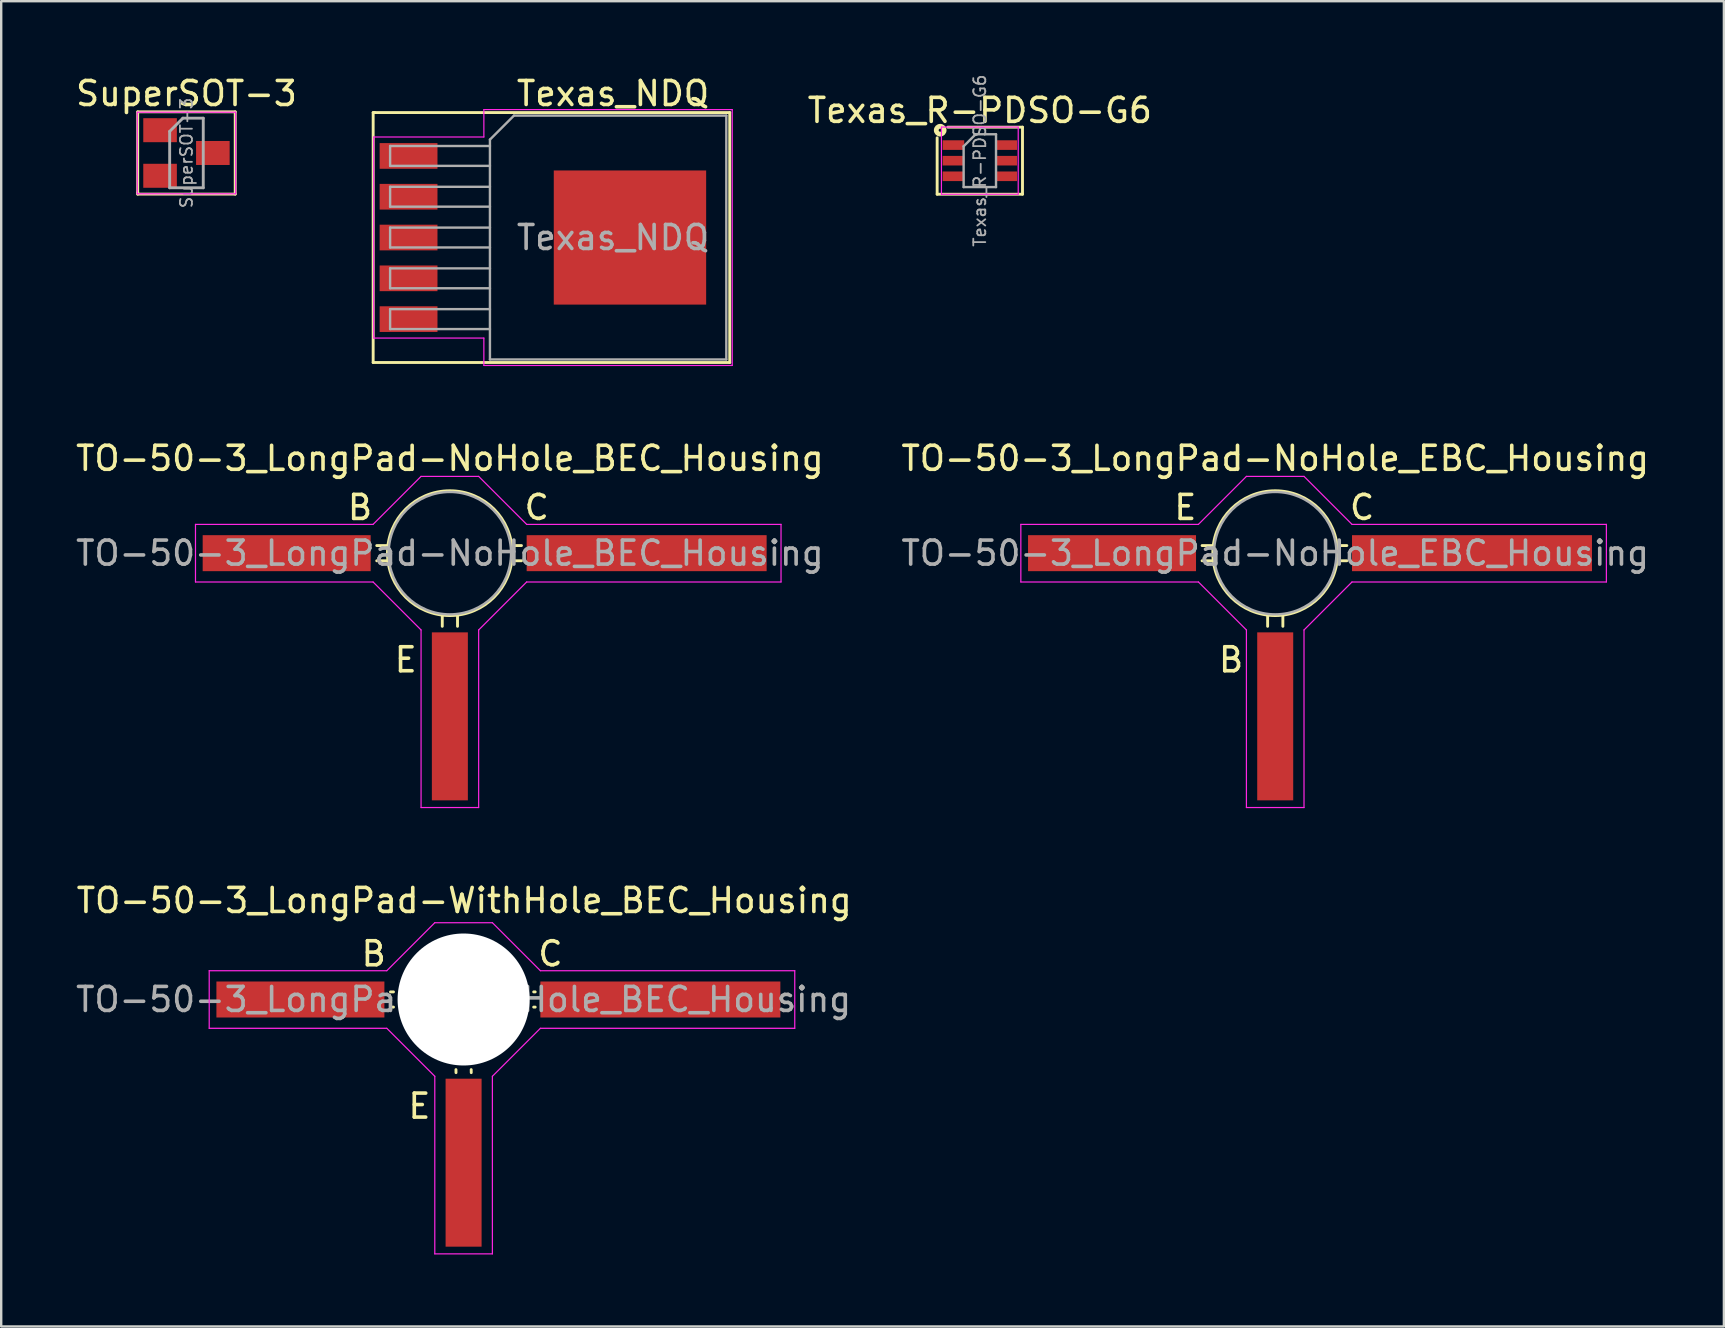
<source format=kicad_pcb>
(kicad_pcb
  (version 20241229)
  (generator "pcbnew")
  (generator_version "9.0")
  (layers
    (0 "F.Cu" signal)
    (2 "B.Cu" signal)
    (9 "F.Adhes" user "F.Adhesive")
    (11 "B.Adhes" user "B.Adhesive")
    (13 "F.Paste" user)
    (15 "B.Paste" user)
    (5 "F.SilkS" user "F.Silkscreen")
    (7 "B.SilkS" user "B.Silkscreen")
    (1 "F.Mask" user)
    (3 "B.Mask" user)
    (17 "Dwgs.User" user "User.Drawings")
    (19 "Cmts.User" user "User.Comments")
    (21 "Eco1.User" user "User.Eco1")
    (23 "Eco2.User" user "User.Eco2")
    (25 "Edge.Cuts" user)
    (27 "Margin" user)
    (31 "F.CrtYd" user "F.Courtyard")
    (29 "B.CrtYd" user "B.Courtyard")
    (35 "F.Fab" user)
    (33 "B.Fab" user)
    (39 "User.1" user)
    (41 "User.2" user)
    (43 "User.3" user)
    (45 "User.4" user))
  (footprint "TO-50-3_LongPad-NoHole_EBC_Housing"
    (layer "F.Cu")
    (at 50.789 23.401)
    (property "Reference" "TO-50-3_LongPad-NoHole_EBC_Housing" (at -0.7 -7.35 180) (layer "F.SilkS") (effects (font (size 1 1) (thickness 0.15))))
    (attr smd)
    (fp_line (start -3.302 -3.717) (end -3.747 -3.717) (stroke (width 0.12) (type solid)) (layer "F.SilkS"))
    (fp_line (start -3.302 -3.083) (end -3.747 -3.083) (stroke (width 0.12) (type solid)) (layer "F.SilkS"))
    (fp_line (start -1.016 -0.796) (end -1.016 -0.352) (stroke (width 0.12) (type solid)) (layer "F.SilkS"))
    (fp_line (start -0.381 -0.796) (end -0.381 -0.352) (stroke (width 0.12) (type solid)) (layer "F.SilkS"))
    (fp_line (start 1.903 -3.717) (end 2.284 -3.717) (stroke (width 0.12) (type solid)) (layer "F.SilkS"))
    (fp_line (start 1.903 -3.083) (end 2.284 -3.083) (stroke (width 0.12) (type solid)) (layer "F.SilkS"))
    (fp_circle (center -0.7 -3.4) (end -0.7 -6) (stroke (width 0.12) (type solid)) (fill no) (layer "F.SilkS"))
    (fp_line (start -11.3 -4.6) (end -3.9 -4.6) (stroke (width 0.05) (type solid)) (layer "F.CrtYd"))
    (fp_line (start -11.3 -2.2) (end -11.3 -4.6) (stroke (width 0.05) (type solid)) (layer "F.CrtYd"))
    (fp_line (start -3.9 -4.6) (end -1.9 -6.6) (stroke (width 0.05) (type solid)) (layer "F.CrtYd"))
    (fp_line (start -3.9 -2.2) (end -11.3 -2.2) (stroke (width 0.05) (type solid)) (layer "F.CrtYd"))
    (fp_line (start -1.9 -6.6) (end 0.5 -6.6) (stroke (width 0.05) (type solid)) (layer "F.CrtYd"))
    (fp_line (start -1.9 -0.2) (end -3.9 -2.2) (stroke (width 0.05) (type solid)) (layer "F.CrtYd"))
    (fp_line (start -1.9 7.2) (end -1.9 -0.2) (stroke (width 0.05) (type solid)) (layer "F.CrtYd"))
    (fp_line (start 0.5 -6.6) (end 2.5 -4.6) (stroke (width 0.05) (type solid)) (layer "F.CrtYd"))
    (fp_line (start 0.5 -0.2) (end 0.5 7.2) (stroke (width 0.05) (type solid)) (layer "F.CrtYd"))
    (fp_line (start 0.5 7.2) (end -1.9 7.2) (stroke (width 0.05) (type solid)) (layer "F.CrtYd"))
    (fp_line (start 2.5 -4.6) (end 13.1 -4.6) (stroke (width 0.05) (type solid)) (layer "F.CrtYd"))
    (fp_line (start 2.5 -2.2) (end 0.5 -0.2) (stroke (width 0.05) (type solid)) (layer "F.CrtYd"))
    (fp_line (start 13.1 -4.6) (end 13.1 -2.2) (stroke (width 0.05) (type solid)) (layer "F.CrtYd"))
    (fp_line (start 13.1 -2.2) (end 2.5 -2.2) (stroke (width 0.05) (type solid)) (layer "F.CrtYd"))
    (fp_circle (center -0.7 -3.4) (end -0.65 -5.95) (stroke (width 0.1) (type solid)) (fill no) (layer "F.Fab"))
    (fp_text user "C" (at 2.92 -5.305 0) (layer "F.SilkS") (effects (font (size 1 1) (thickness 0.15))))
    (fp_text user "E" (at -4.445 -5.305 0) (layer "F.SilkS") (effects (font (size 1 1) (thickness 0.15))))
    (fp_text user "B" (at -2.54 1.045 0) (layer "F.SilkS") (effects (font (size 1 1) (thickness 0.15))))
    (fp_text user "${REFERENCE}" (at -0.7 -3.4 0) (layer "F.Fab") (effects (font (size 1 1) (thickness 0.15))))
    (pad "1" smd rect (at -7.5 -3.4 90) (size 1.5 7) (layers "F.Cu" "F.Mask" "F.Paste"))
    (pad "2" smd rect (at -0.7 3.4 90) (size 7 1.5) (layers "F.Cu" "F.Mask" "F.Paste"))
    (pad "3" smd rect (at 7.5 -3.4 90) (size 1.5 10) (layers "F.Cu" "F.Mask" "F.Paste")))
  (footprint "Texas_NDQ"
    (layer "F.Cu")
    (at 19.993 6.848)
    (property "Reference" "Texas_NDQ" (at 2.5 -6 0) (layer "F.SilkS") (effects (font (size 1 1) (thickness 0.15))))
    (attr smd)
    (fp_line (start -7.493 -5.207) (end -7.493 5.207) (stroke (width 0.12) (type solid)) (layer "F.SilkS"))
    (fp_line (start -7.493 5.207) (end 7.366 5.207) (stroke (width 0.12) (type solid)) (layer "F.SilkS"))
    (fp_line (start -7.429 -5.207) (end -7.493 -5.207) (stroke (width 0.12) (type solid)) (layer "F.SilkS"))
    (fp_line (start 7.366 -5.207) (end -7.429 -5.207) (stroke (width 0.12) (type solid)) (layer "F.SilkS"))
    (fp_line (start 7.366 5.207) (end 7.366 -5.207) (stroke (width 0.12) (type solid)) (layer "F.SilkS"))
    (fp_line (start -7.47 4.19) (end -7.47 -4.19) (stroke (width 0.05) (type solid)) (layer "F.CrtYd"))
    (fp_line (start -2.88 -4.19) (end -7.47 -4.19) (stroke (width 0.05) (type solid)) (layer "F.CrtYd"))
    (fp_line (start -2.88 -4.19) (end -2.88 -5.33) (stroke (width 0.05) (type solid)) (layer "F.CrtYd"))
    (fp_line (start -2.88 4.19) (end -7.47 4.19) (stroke (width 0.05) (type solid)) (layer "F.CrtYd"))
    (fp_line (start -2.88 5.33) (end -2.88 4.19) (stroke (width 0.05) (type solid)) (layer "F.CrtYd"))
    (fp_line (start 7.47 -5.33) (end -2.88 -5.33) (stroke (width 0.05) (type solid)) (layer "F.CrtYd"))
    (fp_line (start 7.47 -5.33) (end 7.47 5.33) (stroke (width 0.05) (type solid)) (layer "F.CrtYd"))
    (fp_line (start 7.47 5.33) (end -2.88 5.33) (stroke (width 0.05) (type solid)) (layer "F.CrtYd"))
    (fp_line (start -6.787 -3.815) (end -6.787 -2.985) (stroke (width 0.1) (type solid)) (layer "F.Fab"))
    (fp_line (start -6.787 -2.115) (end -6.787 -1.285) (stroke (width 0.1) (type solid)) (layer "F.Fab"))
    (fp_line (start -6.787 -0.415) (end -6.787 0.415) (stroke (width 0.1) (type solid)) (layer "F.Fab"))
    (fp_line (start -6.787 1.285) (end -6.787 2.115) (stroke (width 0.1) (type solid)) (layer "F.Fab"))
    (fp_line (start -6.787 2.985) (end -6.787 3.815) (stroke (width 0.1) (type solid)) (layer "F.Fab"))
    (fp_line (start -2.627 -3.815) (end -6.787 -3.815) (stroke (width 0.1) (type solid)) (layer "F.Fab"))
    (fp_line (start -2.627 -2.985) (end -6.787 -2.985) (stroke (width 0.1) (type solid)) (layer "F.Fab"))
    (fp_line (start -2.627 -2.115) (end -6.787 -2.115) (stroke (width 0.1) (type solid)) (layer "F.Fab"))
    (fp_line (start -2.627 -1.285) (end -6.787 -1.285) (stroke (width 0.1) (type solid)) (layer "F.Fab"))
    (fp_line (start -2.627 -0.415) (end -6.787 -0.415) (stroke (width 0.1) (type solid)) (layer "F.Fab"))
    (fp_line (start -2.627 0.415) (end -6.787 0.415) (stroke (width 0.1) (type solid)) (layer "F.Fab"))
    (fp_line (start -2.627 1.285) (end -6.787 1.285) (stroke (width 0.1) (type solid)) (layer "F.Fab"))
    (fp_line (start -2.627 2.115) (end -6.787 2.115) (stroke (width 0.1) (type solid)) (layer "F.Fab"))
    (fp_line (start -2.627 2.985) (end -6.787 2.985) (stroke (width 0.1) (type solid)) (layer "F.Fab"))
    (fp_line (start -2.627 3.815) (end -6.787 3.815) (stroke (width 0.1) (type solid)) (layer "F.Fab"))
    (fp_line (start -2.627 5.08) (end -2.627 -4.08) (stroke (width 0.1) (type solid)) (layer "F.Fab"))
    (fp_line (start -1.627 -5.08) (end -2.627 -4.08) (stroke (width 0.1) (type solid)) (layer "F.Fab"))
    (fp_line (start -1.627 -5.08) (end 7.223 -5.08) (stroke (width 0.1) (type solid)) (layer "F.Fab"))
    (fp_line (start 7.223 -5.08) (end 7.223 5.08) (stroke (width 0.1) (type solid)) (layer "F.Fab"))
    (fp_line (start 7.223 5.08) (end -2.627 5.08) (stroke (width 0.1) (type solid)) (layer "F.Fab"))
    (fp_text user "${REFERENCE}" (at 2.5 0 0) (layer "F.Fab") (effects (font (size 1 1) (thickness 0.15))))
    (pad "1" smd rect (at -6.018 -3.4) (size 2.41 1.07) (layers "F.Cu" "F.Mask" "F.Paste"))
    (pad "2" smd rect (at -6.018 -1.7) (size 2.41 1.07) (layers "F.Cu" "F.Mask" "F.Paste"))
    (pad "3" smd rect (at -6.018 0) (size 2.41 1.07) (layers "F.Cu" "F.Mask" "F.Paste"))
    (pad "4" smd rect (at -6.018 1.7) (size 2.41 1.07) (layers "F.Cu" "F.Mask" "F.Paste"))
    (pad "5" smd rect (at -6.018 3.4) (size 2.41 1.07) (layers "F.Cu" "F.Mask" "F.Paste"))
    (pad "6" smd rect (at 3.208 0) (size 6.35 5.59) (layers "F.Cu" "F.Mask" "F.Paste")))
  (footprint "TO-50-3_LongPad-WithHole_BEC_Housing"
    (layer "F.Cu")
    (at 16.968 42)
    (property "Reference" "TO-50-3_LongPad-WithHole_BEC_Housing" (at -0.675 -7.525 0) (layer "F.SilkS") (effects (font (size 1 1) (thickness 0.15))))
    (attr smd)
    (fp_line (start -3.621 -3.717) (end -3.747 -3.717) (stroke (width 0.12) (type solid)) (layer "F.SilkS"))
    (fp_line (start -3.621 -3.083) (end -3.747 -3.083) (stroke (width 0.12) (type solid)) (layer "F.SilkS"))
    (fp_line (start -1.018 -0.479) (end -1.016 -0.352) (stroke (width 0.12) (type solid)) (layer "F.SilkS"))
    (fp_line (start -0.383 -0.479) (end -0.381 -0.352) (stroke (width 0.12) (type solid)) (layer "F.SilkS"))
    (fp_line (start 2.221 -3.717) (end 2.284 -3.717) (stroke (width 0.12) (type solid)) (layer "F.SilkS"))
    (fp_line (start 2.221 -3.083) (end 2.284 -3.083) (stroke (width 0.12) (type solid)) (layer "F.SilkS"))
    (fp_line (start -11.3 -4.6) (end -3.9 -4.6) (stroke (width 0.05) (type solid)) (layer "F.CrtYd"))
    (fp_line (start -11.3 -2.2) (end -11.3 -4.6) (stroke (width 0.05) (type solid)) (layer "F.CrtYd"))
    (fp_line (start -3.9 -4.6) (end -1.9 -6.6) (stroke (width 0.05) (type solid)) (layer "F.CrtYd"))
    (fp_line (start -3.9 -2.2) (end -11.3 -2.2) (stroke (width 0.05) (type solid)) (layer "F.CrtYd"))
    (fp_line (start -1.9 -6.6) (end 0.5 -6.6) (stroke (width 0.05) (type solid)) (layer "F.CrtYd"))
    (fp_line (start -1.9 -0.2) (end -3.9 -2.2) (stroke (width 0.05) (type solid)) (layer "F.CrtYd"))
    (fp_line (start -1.9 7.2) (end -1.9 -0.2) (stroke (width 0.05) (type solid)) (layer "F.CrtYd"))
    (fp_line (start 0.5 -6.6) (end 2.5 -4.6) (stroke (width 0.05) (type solid)) (layer "F.CrtYd"))
    (fp_line (start 0.5 -0.2) (end 0.5 7.2) (stroke (width 0.05) (type solid)) (layer "F.CrtYd"))
    (fp_line (start 0.5 7.2) (end -1.9 7.2) (stroke (width 0.05) (type solid)) (layer "F.CrtYd"))
    (fp_line (start 2.5 -4.6) (end 13.1 -4.6) (stroke (width 0.05) (type solid)) (layer "F.CrtYd"))
    (fp_line (start 2.5 -2.2) (end 0.5 -0.2) (stroke (width 0.05) (type solid)) (layer "F.CrtYd"))
    (fp_line (start 13.1 -4.6) (end 13.1 -2.2) (stroke (width 0.05) (type solid)) (layer "F.CrtYd"))
    (fp_line (start 13.1 -2.2) (end 2.5 -2.2) (stroke (width 0.05) (type solid)) (layer "F.CrtYd"))
    (fp_circle (center -0.7 -3.4) (end -0.65 -5.95) (stroke (width 0.1) (type solid)) (fill no) (layer "F.Fab"))
    (fp_text user "C" (at 2.92 -5.305 0) (layer "F.SilkS") (effects (font (size 1 1) (thickness 0.15))))
    (fp_text user "E" (at -2.54 1.045 0) (layer "F.SilkS") (effects (font (size 1 1) (thickness 0.15))))
    (fp_text user "B" (at -4.445 -5.305 0) (layer "F.SilkS") (effects (font (size 1 1) (thickness 0.15))))
    (fp_text user "${REFERENCE}" (at -0.7 -3.4 0) (layer "F.Fab") (effects (font (size 1 1) (thickness 0.15))))
    (pad "" np_thru_hole circle (at -0.7 -3.4 270) (size 5.5 5.5) (drill 5.5) (layers "*.Cu" "*.Mask"))
    (pad "1" smd rect (at -7.5 -3.4 270) (size 1.5 7) (layers "F.Cu" "F.Mask" "F.Paste"))
    (pad "2" smd rect (at -0.7 3.4 270) (size 7 1.5) (layers "F.Cu" "F.Mask" "F.Paste"))
    (pad "3" smd rect (at 7.5 -3.4 270) (size 1.5 10) (layers "F.Cu" "F.Mask" "F.Paste")))
  (footprint "TO-50-3_LongPad-NoHole_BEC_Housing"
    (layer "F.Cu")
    (at 16.396 23.401)
    (property "Reference" "TO-50-3_LongPad-NoHole_BEC_Housing" (at -0.7 -7.35 180) (layer "F.SilkS") (effects (font (size 1 1) (thickness 0.15))))
    (attr smd)
    (fp_line (start -3.302 -3.717) (end -3.747 -3.717) (stroke (width 0.12) (type solid)) (layer "F.SilkS"))
    (fp_line (start -3.302 -3.083) (end -3.747 -3.083) (stroke (width 0.12) (type solid)) (layer "F.SilkS"))
    (fp_line (start -1.016 -0.796) (end -1.016 -0.352) (stroke (width 0.12) (type solid)) (layer "F.SilkS"))
    (fp_line (start -0.381 -0.796) (end -0.381 -0.352) (stroke (width 0.12) (type solid)) (layer "F.SilkS"))
    (fp_line (start 1.903 -3.717) (end 2.284 -3.717) (stroke (width 0.12) (type solid)) (layer "F.SilkS"))
    (fp_line (start 1.903 -3.083) (end 2.284 -3.083) (stroke (width 0.12) (type solid)) (layer "F.SilkS"))
    (fp_circle (center -0.7 -3.4) (end -0.7 -6) (stroke (width 0.12) (type solid)) (fill no) (layer "F.SilkS"))
    (fp_line (start -11.3 -4.6) (end -3.9 -4.6) (stroke (width 0.05) (type solid)) (layer "F.CrtYd"))
    (fp_line (start -11.3 -2.2) (end -11.3 -4.6) (stroke (width 0.05) (type solid)) (layer "F.CrtYd"))
    (fp_line (start -3.9 -4.6) (end -1.9 -6.6) (stroke (width 0.05) (type solid)) (layer "F.CrtYd"))
    (fp_line (start -3.9 -2.2) (end -11.3 -2.2) (stroke (width 0.05) (type solid)) (layer "F.CrtYd"))
    (fp_line (start -1.9 -6.6) (end 0.5 -6.6) (stroke (width 0.05) (type solid)) (layer "F.CrtYd"))
    (fp_line (start -1.9 -0.2) (end -3.9 -2.2) (stroke (width 0.05) (type solid)) (layer "F.CrtYd"))
    (fp_line (start -1.9 7.2) (end -1.9 -0.2) (stroke (width 0.05) (type solid)) (layer "F.CrtYd"))
    (fp_line (start 0.5 -6.6) (end 2.5 -4.6) (stroke (width 0.05) (type solid)) (layer "F.CrtYd"))
    (fp_line (start 0.5 -0.2) (end 0.5 7.2) (stroke (width 0.05) (type solid)) (layer "F.CrtYd"))
    (fp_line (start 0.5 7.2) (end -1.9 7.2) (stroke (width 0.05) (type solid)) (layer "F.CrtYd"))
    (fp_line (start 2.5 -4.6) (end 13.1 -4.6) (stroke (width 0.05) (type solid)) (layer "F.CrtYd"))
    (fp_line (start 2.5 -2.2) (end 0.5 -0.2) (stroke (width 0.05) (type solid)) (layer "F.CrtYd"))
    (fp_line (start 13.1 -4.6) (end 13.1 -2.2) (stroke (width 0.05) (type solid)) (layer "F.CrtYd"))
    (fp_line (start 13.1 -2.2) (end 2.5 -2.2) (stroke (width 0.05) (type solid)) (layer "F.CrtYd"))
    (fp_circle (center -0.7 -3.4) (end -0.65 -5.95) (stroke (width 0.1) (type solid)) (fill no) (layer "F.Fab"))
    (fp_text user "B" (at -4.445 -5.305 0) (layer "F.SilkS") (effects (font (size 1 1) (thickness 0.15))))
    (fp_text user "C" (at 2.92 -5.305 0) (layer "F.SilkS") (effects (font (size 1 1) (thickness 0.15))))
    (fp_text user "E" (at -2.54 1.045 0) (layer "F.SilkS") (effects (font (size 1 1) (thickness 0.15))))
    (fp_text user "${REFERENCE}" (at -0.7 -3.4 0) (layer "F.Fab") (effects (font (size 1 1) (thickness 0.15))))
    (pad "1" smd rect (at -7.5 -3.4 90) (size 1.5 7) (layers "F.Cu" "F.Mask" "F.Paste"))
    (pad "2" smd rect (at -0.7 3.4 90) (size 7 1.5) (layers "F.Cu" "F.Mask" "F.Paste"))
    (pad "3" smd rect (at 7.5 -3.4 90) (size 1.5 10) (layers "F.Cu" "F.Mask" "F.Paste")))
  (footprint "Texas_R-PDSO-G6"
    (layer "F.Cu")
    (at 37.78 3.646)
    (property "Reference" "Texas_R-PDSO-G6" (at 0 -2.095 0) (layer "F.SilkS") (effects (font (size 1 1) (thickness 0.15))))
    (attr smd)
    (fp_line (start -1.778 -0.953) (end -1.778 1.397) (stroke (width 0.12) (type solid)) (layer "F.SilkS"))
    (fp_line (start -1.778 1.397) (end 1.778 1.397) (stroke (width 0.12) (type solid)) (layer "F.SilkS"))
    (fp_line (start 1.778 -1.397) (end -1.333 -1.397) (stroke (width 0.12) (type solid)) (layer "F.SilkS"))
    (fp_line (start 1.778 1.397) (end 1.778 -1.397) (stroke (width 0.12) (type solid)) (layer "F.SilkS"))
    (fp_circle (center -1.651 -1.27) (end -1.587 -1.27) (stroke (width 0.2) (type solid)) (fill no) (layer "F.SilkS"))
    (fp_line (start -1.6 -1.4) (end -1.6 1.4) (stroke (width 0.05) (type solid)) (layer "F.CrtYd"))
    (fp_line (start -1.6 -1.4) (end 1.6 -1.4) (stroke (width 0.05) (type solid)) (layer "F.CrtYd"))
    (fp_line (start -1.6 1.4) (end 1.6 1.4) (stroke (width 0.05) (type solid)) (layer "F.CrtYd"))
    (fp_line (start 1.6 1.4) (end 1.6 -1.4) (stroke (width 0.05) (type solid)) (layer "F.CrtYd"))
    (fp_line (start -0.675 -0.6) (end -0.675 1.1) (stroke (width 0.1) (type solid)) (layer "F.Fab"))
    (fp_line (start -0.175 -1.1) (end -0.675 -0.6) (stroke (width 0.1) (type solid)) (layer "F.Fab"))
    (fp_line (start 0.675 -1.1) (end -0.175 -1.1) (stroke (width 0.1) (type solid)) (layer "F.Fab"))
    (fp_line (start 0.675 -1.1) (end 0.675 1.1) (stroke (width 0.1) (type solid)) (layer "F.Fab"))
    (fp_line (start 0.675 1.1) (end -0.675 1.1) (stroke (width 0.1) (type solid)) (layer "F.Fab"))
    (fp_text user "${REFERENCE}" (at 0 0 90) (layer "F.Fab") (effects (font (size 0.5 0.5) (thickness 0.075))))
    (pad "1" smd rect (at -1.1 -0.65) (size 0.9 0.4) (layers "F.Cu" "F.Mask" "F.Paste"))
    (pad "2" smd rect (at -1.1 0) (size 0.9 0.4) (layers "F.Cu" "F.Mask" "F.Paste"))
    (pad "3" smd rect (at -1.1 0.65) (size 0.9 0.4) (layers "F.Cu" "F.Mask" "F.Paste"))
    (pad "4" smd rect (at 1.1 0.65) (size 0.9 0.4) (layers "F.Cu" "F.Mask" "F.Paste"))
    (pad "5" smd rect (at 1.1 0) (size 0.9 0.4) (layers "F.Cu" "F.Mask" "F.Paste"))
    (pad "6" smd rect (at 1.1 -0.65) (size 0.9 0.4) (layers "F.Cu" "F.Mask" "F.Paste")))
  (footprint "SuperSOT-3"
    (layer "F.Cu")
    (at 4.72 3.325)
    (property "Reference" "SuperSOT-3" (at 0 -2.477 0) (layer "F.SilkS") (effects (font (size 1 1) (thickness 0.15))))
    (attr smd)
    (fp_line (start -2.032 -1.714) (end -2.032 1.651) (stroke (width 0.12) (type solid)) (layer "F.SilkS"))
    (fp_line (start -2.032 1.651) (end -2.032 1.714) (stroke (width 0.12) (type solid)) (layer "F.SilkS"))
    (fp_line (start -2.032 1.714) (end 2.032 1.714) (stroke (width 0.12) (type solid)) (layer "F.SilkS"))
    (fp_line (start 2.032 -1.714) (end -2.032 -1.714) (stroke (width 0.12) (type solid)) (layer "F.SilkS"))
    (fp_line (start 2.032 1.714) (end 2.032 -1.714) (stroke (width 0.12) (type solid)) (layer "F.SilkS"))
    (fp_line (start -2.05 -1.7) (end -2.05 1.7) (stroke (width 0.05) (type solid)) (layer "F.CrtYd"))
    (fp_line (start -2.05 -1.7) (end 2.05 -1.7) (stroke (width 0.05) (type solid)) (layer "F.CrtYd"))
    (fp_line (start 2.05 1.7) (end -2.05 1.7) (stroke (width 0.05) (type solid)) (layer "F.CrtYd"))
    (fp_line (start 2.05 1.7) (end 2.05 -1.7) (stroke (width 0.05) (type solid)) (layer "F.CrtYd"))
    (fp_line (start -0.7 -0.9) (end -0.15 -1.45) (stroke (width 0.12) (type solid)) (layer "F.Fab"))
    (fp_line (start -0.7 1.45) (end -0.7 -0.9) (stroke (width 0.12) (type solid)) (layer "F.Fab"))
    (fp_line (start -0.15 -1.45) (end 0.7 -1.45) (stroke (width 0.12) (type solid)) (layer "F.Fab"))
    (fp_line (start 0.7 -1.45) (end 0.7 1.45) (stroke (width 0.12) (type solid)) (layer "F.Fab"))
    (fp_line (start 0.7 1.45) (end -0.7 1.45) (stroke (width 0.12) (type solid)) (layer "F.Fab"))
    (fp_text user "${REFERENCE}" (at 0 0 90) (layer "F.Fab") (effects (font (size 0.5 0.5) (thickness 0.075))))
    (pad "1" smd rect (at -1.1 -0.95) (size 1.4 1) (layers "F.Cu" "F.Mask" "F.Paste"))
    (pad "2" smd rect (at -1.1 0.95) (size 1.4 1) (layers "F.Cu" "F.Mask" "F.Paste"))
    (pad "3" smd rect (at 1.1 0) (size 1.4 1) (layers "F.Cu" "F.Mask" "F.Paste")))
  (gr_rect
    (start -3 -3)
    (end 68.786 52.225)
    (stroke (width 0.1) (type default))
    (fill no)
    (layer "Edge.Cuts")))
</source>
